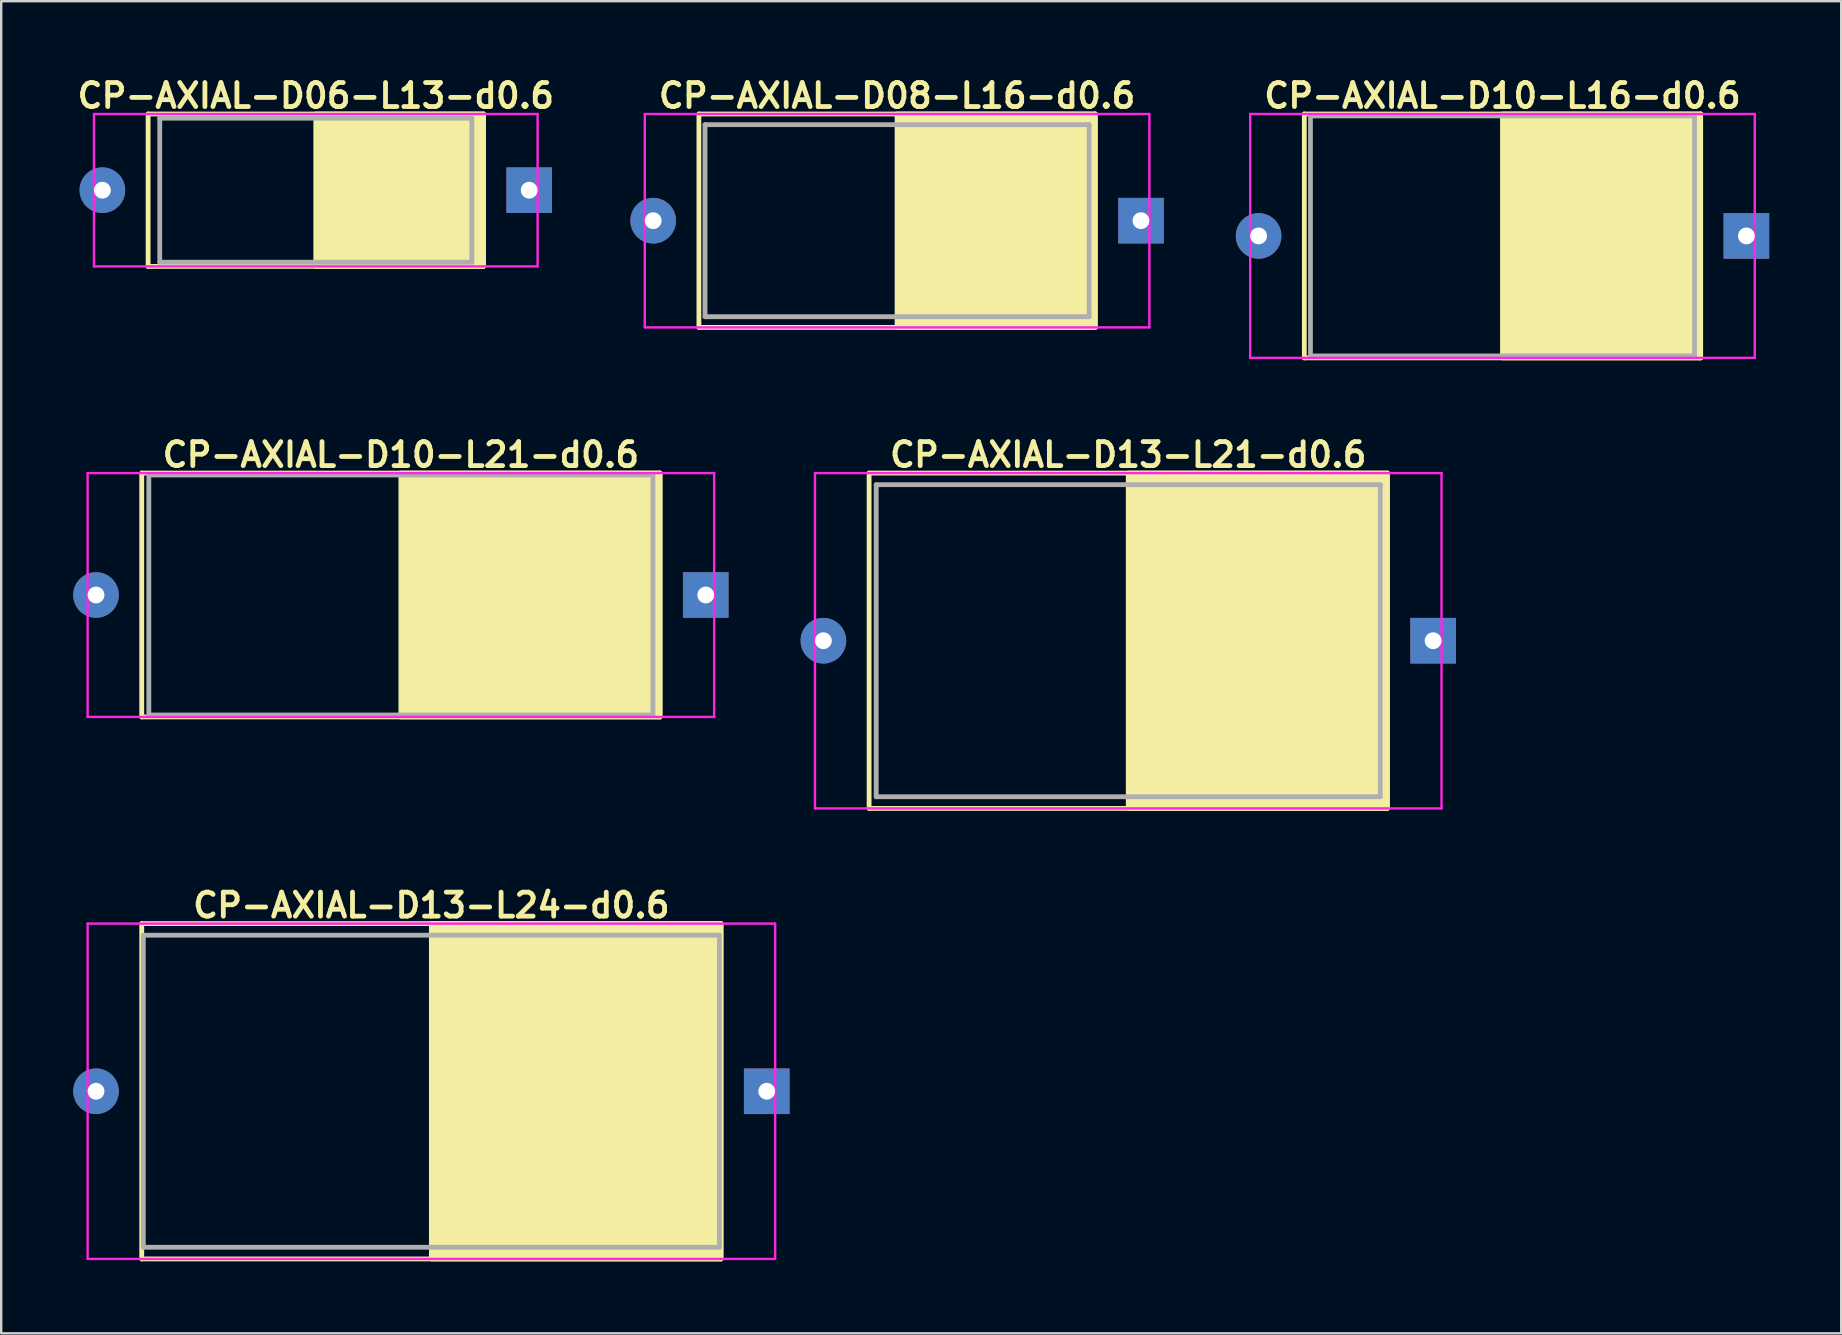
<source format=kicad_pcb>
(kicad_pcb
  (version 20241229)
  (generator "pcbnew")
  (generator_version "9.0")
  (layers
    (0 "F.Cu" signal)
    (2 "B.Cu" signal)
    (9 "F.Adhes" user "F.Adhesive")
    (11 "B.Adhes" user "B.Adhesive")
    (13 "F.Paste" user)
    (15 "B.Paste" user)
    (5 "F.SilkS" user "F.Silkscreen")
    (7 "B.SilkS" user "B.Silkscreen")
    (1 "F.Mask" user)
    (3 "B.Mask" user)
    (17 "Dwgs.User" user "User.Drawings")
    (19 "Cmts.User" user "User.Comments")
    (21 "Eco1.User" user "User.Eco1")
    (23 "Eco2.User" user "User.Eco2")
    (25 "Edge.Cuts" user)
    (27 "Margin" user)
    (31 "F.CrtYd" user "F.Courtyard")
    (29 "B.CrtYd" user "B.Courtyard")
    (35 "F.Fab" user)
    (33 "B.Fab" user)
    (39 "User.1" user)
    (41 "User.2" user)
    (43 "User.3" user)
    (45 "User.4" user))
  (footprint "CP-AXIAL-D06-L13-d0.6"
    (layer "F.Cu")
    (at 10.105 4.873)
    (property "Reference" "CP-AXIAL-D06-L13-d0.6" (at 0 -3.937 0) (layer "F.SilkS") (effects (font (size 1 1) (thickness 0.2))))
    (attr through_hole)
    (fp_line (start -6.985 -3.175) (end -6.985 3.175) (stroke (width 0.2) (type solid)) (layer "F.SilkS"))
    (fp_line (start -6.985 -3.175) (end 6.985 -3.175) (stroke (width 0.2) (type solid)) (layer "F.SilkS"))
    (fp_line (start -6.985 3.175) (end 6.985 3.175) (stroke (width 0.2) (type solid)) (layer "F.SilkS"))
    (fp_line (start 6.985 -3.175) (end 6.985 3.175) (stroke (width 0.2) (type solid)) (layer "F.SilkS"))
    (fp_poly (pts (xy 0 -3.175) (xy 6.985 -3.175) (xy 6.985 3.175) (xy 0 3.175)) (stroke (width 0.2) (type solid)) (fill yes) (layer "F.SilkS"))
    (fp_line (start -9.24 -3.175) (end -9.24 3.175) (stroke (width 0.1) (type solid)) (layer "F.CrtYd"))
    (fp_line (start -9.24 -3.175) (end 9.24 -3.175) (stroke (width 0.1) (type solid)) (layer "F.CrtYd"))
    (fp_line (start -9.24 3.175) (end 9.24 3.175) (stroke (width 0.1) (type solid)) (layer "F.CrtYd"))
    (fp_line (start 9.24 -3.175) (end 9.24 3.175) (stroke (width 0.1) (type solid)) (layer "F.CrtYd"))
    (fp_line (start -6.5 -3) (end -6.5 3) (stroke (width 0.2) (type solid)) (layer "F.Fab"))
    (fp_line (start -6.5 -3) (end 6.5 -3) (stroke (width 0.2) (type solid)) (layer "F.Fab"))
    (fp_line (start -6.5 3) (end 6.5 3) (stroke (width 0.2) (type solid)) (layer "F.Fab"))
    (fp_line (start 6.5 -3) (end 6.5 3) (stroke (width 0.2) (type solid)) (layer "F.Fab"))
    (pad "+" thru_hole circle (at -8.89 0) (size 1.9 1.9) (drill 0.7) (layers "B.Cu" "B.Mask"))
    (pad "-" thru_hole rect (at 8.89 0) (size 1.9 1.9) (drill 0.7) (layers "B.Cu" "B.Mask")))
  (footprint "CP-AXIAL-D10-L16-d0.6"
    (layer "F.Cu")
    (at 59.54 6.778)
    (property "Reference" "CP-AXIAL-D10-L16-d0.6" (at 0 -5.842 0) (layer "F.SilkS") (effects (font (size 1 1) (thickness 0.2))))
    (attr through_hole)
    (fp_line (start -8.255 -5.08) (end -8.255 5.08) (stroke (width 0.2) (type solid)) (layer "F.SilkS"))
    (fp_line (start -8.255 -5.08) (end 8.255 -5.08) (stroke (width 0.2) (type solid)) (layer "F.SilkS"))
    (fp_line (start -8.255 5.08) (end 8.255 5.08) (stroke (width 0.2) (type solid)) (layer "F.SilkS"))
    (fp_line (start 8.255 -5.08) (end 8.255 5.08) (stroke (width 0.2) (type solid)) (layer "F.SilkS"))
    (fp_poly (pts (xy 0 -5.08) (xy 8.255 -5.08) (xy 8.255 5.08) (xy 0 5.08)) (stroke (width 0.2) (type solid)) (fill yes) (layer "F.SilkS"))
    (fp_line (start -10.51 -5.08) (end -10.51 5.08) (stroke (width 0.1) (type solid)) (layer "F.CrtYd"))
    (fp_line (start -10.51 -5.08) (end 10.51 -5.08) (stroke (width 0.1) (type solid)) (layer "F.CrtYd"))
    (fp_line (start -10.51 5.08) (end 10.51 5.08) (stroke (width 0.1) (type solid)) (layer "F.CrtYd"))
    (fp_line (start 10.51 -5.08) (end 10.51 5.08) (stroke (width 0.1) (type solid)) (layer "F.CrtYd"))
    (fp_line (start -8 -5) (end -8 5) (stroke (width 0.2) (type solid)) (layer "F.Fab"))
    (fp_line (start -8 -5) (end 8 -5) (stroke (width 0.2) (type solid)) (layer "F.Fab"))
    (fp_line (start -8 5) (end 8 5) (stroke (width 0.2) (type solid)) (layer "F.Fab"))
    (fp_line (start 8 -5) (end 8 5) (stroke (width 0.2) (type solid)) (layer "F.Fab"))
    (pad "+" thru_hole circle (at -10.16 0) (size 1.9 1.9) (drill 0.7) (layers "B.Cu" "B.Mask"))
    (pad "-" thru_hole rect (at 10.16 0) (size 1.9 1.9) (drill 0.7) (layers "B.Cu" "B.Mask")))
  (footprint "CP-AXIAL-D13-L24-d0.6"
    (layer "F.Cu")
    (at 14.92 42.409)
    (property "Reference" "CP-AXIAL-D13-L24-d0.6" (at 0 -7.747 0) (layer "F.SilkS") (effects (font (size 1 1) (thickness 0.2))))
    (attr through_hole)
    (fp_line (start -12.065 -6.985) (end -12.065 6.985) (stroke (width 0.2) (type solid)) (layer "F.SilkS"))
    (fp_line (start -12.065 -6.985) (end 12.065 -6.985) (stroke (width 0.2) (type solid)) (layer "F.SilkS"))
    (fp_line (start -12.065 6.985) (end 12.065 6.985) (stroke (width 0.2) (type solid)) (layer "F.SilkS"))
    (fp_line (start 12.065 -6.985) (end 12.065 6.985) (stroke (width 0.2) (type solid)) (layer "F.SilkS"))
    (fp_poly (pts (xy 0 -6.985) (xy 12.065 -6.985) (xy 12.065 6.985) (xy 0 6.985)) (stroke (width 0.2) (type solid)) (fill yes) (layer "F.SilkS"))
    (fp_line (start -14.32 -6.985) (end -14.32 6.985) (stroke (width 0.1) (type solid)) (layer "F.CrtYd"))
    (fp_line (start -14.32 -6.985) (end 14.32 -6.985) (stroke (width 0.1) (type solid)) (layer "F.CrtYd"))
    (fp_line (start -14.32 6.985) (end 14.32 6.985) (stroke (width 0.1) (type solid)) (layer "F.CrtYd"))
    (fp_line (start 14.32 -6.985) (end 14.32 6.985) (stroke (width 0.1) (type solid)) (layer "F.CrtYd"))
    (fp_line (start -12 -6.5) (end -12 6.5) (stroke (width 0.2) (type solid)) (layer "F.Fab"))
    (fp_line (start -12 -6.5) (end 12 -6.5) (stroke (width 0.2) (type solid)) (layer "F.Fab"))
    (fp_line (start -12 6.5) (end 12 6.5) (stroke (width 0.2) (type solid)) (layer "F.Fab"))
    (fp_line (start 12 -6.5) (end 12 6.5) (stroke (width 0.2) (type solid)) (layer "F.Fab"))
    (pad "+" thru_hole circle (at -13.97 0) (size 1.9 1.9) (drill 0.7) (layers "B.Cu" "B.Mask"))
    (pad "-" thru_hole rect (at 13.97 0) (size 1.9 1.9) (drill 0.7) (layers "B.Cu" "B.Mask")))
  (footprint "CP-AXIAL-D13-L21-d0.6"
    (layer "F.Cu")
    (at 43.95 23.641)
    (property "Reference" "CP-AXIAL-D13-L21-d0.6" (at 0 -7.747 0) (layer "F.SilkS") (effects (font (size 1 1) (thickness 0.2))))
    (attr through_hole)
    (fp_line (start -10.795 -6.985) (end -10.795 6.985) (stroke (width 0.2) (type solid)) (layer "F.SilkS"))
    (fp_line (start -10.795 -6.985) (end 10.795 -6.985) (stroke (width 0.2) (type solid)) (layer "F.SilkS"))
    (fp_line (start -10.795 6.985) (end 10.795 6.985) (stroke (width 0.2) (type solid)) (layer "F.SilkS"))
    (fp_line (start 10.795 -6.985) (end 10.795 6.985) (stroke (width 0.2) (type solid)) (layer "F.SilkS"))
    (fp_poly (pts (xy 0 -6.985) (xy 10.795 -6.985) (xy 10.795 6.985) (xy 0 6.985)) (stroke (width 0.2) (type solid)) (fill yes) (layer "F.SilkS"))
    (fp_line (start -13.05 -6.985) (end -13.05 6.985) (stroke (width 0.1) (type solid)) (layer "F.CrtYd"))
    (fp_line (start -13.05 -6.985) (end 13.05 -6.985) (stroke (width 0.1) (type solid)) (layer "F.CrtYd"))
    (fp_line (start -13.05 6.985) (end 13.05 6.985) (stroke (width 0.1) (type solid)) (layer "F.CrtYd"))
    (fp_line (start 13.05 -6.985) (end 13.05 6.985) (stroke (width 0.1) (type solid)) (layer "F.CrtYd"))
    (fp_line (start -10.5 -6.5) (end -10.5 6.5) (stroke (width 0.2) (type solid)) (layer "F.Fab"))
    (fp_line (start -10.5 -6.5) (end 10.5 -6.5) (stroke (width 0.2) (type solid)) (layer "F.Fab"))
    (fp_line (start -10.5 6.5) (end 10.5 6.5) (stroke (width 0.2) (type solid)) (layer "F.Fab"))
    (fp_line (start 10.5 -6.5) (end 10.5 6.5) (stroke (width 0.2) (type solid)) (layer "F.Fab"))
    (pad "+" thru_hole circle (at -12.7 0) (size 1.9 1.9) (drill 0.7) (layers "B.Cu" "B.Mask"))
    (pad "-" thru_hole rect (at 12.7 0) (size 1.9 1.9) (drill 0.7) (layers "B.Cu" "B.Mask")))
  (footprint "CP-AXIAL-D08-L16-d0.6"
    (layer "F.Cu")
    (at 34.32 6.143)
    (property "Reference" "CP-AXIAL-D08-L16-d0.6" (at 0 -5.207 0) (layer "F.SilkS") (effects (font (size 1 1) (thickness 0.2))))
    (attr through_hole)
    (fp_line (start -8.255 -4.445) (end -8.255 4.445) (stroke (width 0.2) (type solid)) (layer "F.SilkS"))
    (fp_line (start -8.255 -4.445) (end 8.255 -4.445) (stroke (width 0.2) (type solid)) (layer "F.SilkS"))
    (fp_line (start -8.255 4.445) (end 8.255 4.445) (stroke (width 0.2) (type solid)) (layer "F.SilkS"))
    (fp_line (start 8.255 -4.445) (end 8.255 4.445) (stroke (width 0.2) (type solid)) (layer "F.SilkS"))
    (fp_poly (pts (xy 0 -4.445) (xy 8.255 -4.445) (xy 8.255 4.445) (xy 0 4.445)) (stroke (width 0.2) (type solid)) (fill yes) (layer "F.SilkS"))
    (fp_line (start -10.51 -4.445) (end -10.51 4.445) (stroke (width 0.1) (type solid)) (layer "F.CrtYd"))
    (fp_line (start -10.51 -4.445) (end 10.51 -4.445) (stroke (width 0.1) (type solid)) (layer "F.CrtYd"))
    (fp_line (start -10.51 4.445) (end 10.51 4.445) (stroke (width 0.1) (type solid)) (layer "F.CrtYd"))
    (fp_line (start 10.51 -4.445) (end 10.51 4.445) (stroke (width 0.1) (type solid)) (layer "F.CrtYd"))
    (fp_line (start -8 -4) (end -8 4) (stroke (width 0.2) (type solid)) (layer "F.Fab"))
    (fp_line (start -8 -4) (end 8 -4) (stroke (width 0.2) (type solid)) (layer "F.Fab"))
    (fp_line (start -8 4) (end 8 4) (stroke (width 0.2) (type solid)) (layer "F.Fab"))
    (fp_line (start 8 -4) (end 8 4) (stroke (width 0.2) (type solid)) (layer "F.Fab"))
    (pad "+" thru_hole circle (at -10.16 0) (size 1.9 1.9) (drill 0.7) (layers "B.Cu" "B.Mask"))
    (pad "-" thru_hole rect (at 10.16 0) (size 1.9 1.9) (drill 0.7) (layers "B.Cu" "B.Mask")))
  (footprint "CP-AXIAL-D10-L21-d0.6"
    (layer "F.Cu")
    (at 13.65 21.736)
    (property "Reference" "CP-AXIAL-D10-L21-d0.6" (at 0 -5.842 0) (layer "F.SilkS") (effects (font (size 1 1) (thickness 0.2))))
    (attr through_hole)
    (fp_line (start -10.795 -5.08) (end -10.795 5.08) (stroke (width 0.2) (type solid)) (layer "F.SilkS"))
    (fp_line (start -10.795 -5.08) (end 10.795 -5.08) (stroke (width 0.2) (type solid)) (layer "F.SilkS"))
    (fp_line (start -10.795 5.08) (end 10.795 5.08) (stroke (width 0.2) (type solid)) (layer "F.SilkS"))
    (fp_line (start 10.795 -5.08) (end 10.795 5.08) (stroke (width 0.2) (type solid)) (layer "F.SilkS"))
    (fp_poly (pts (xy 0 -5.08) (xy 10.795 -5.08) (xy 10.795 5.08) (xy 0 5.08)) (stroke (width 0.2) (type solid)) (fill yes) (layer "F.SilkS"))
    (fp_line (start -13.05 -5.08) (end -13.05 5.08) (stroke (width 0.1) (type solid)) (layer "F.CrtYd"))
    (fp_line (start -13.05 -5.08) (end 13.05 -5.08) (stroke (width 0.1) (type solid)) (layer "F.CrtYd"))
    (fp_line (start -13.05 5.08) (end 13.05 5.08) (stroke (width 0.1) (type solid)) (layer "F.CrtYd"))
    (fp_line (start 13.05 -5.08) (end 13.05 5.08) (stroke (width 0.1) (type solid)) (layer "F.CrtYd"))
    (fp_line (start -10.5 -5) (end -10.5 5) (stroke (width 0.2) (type solid)) (layer "F.Fab"))
    (fp_line (start -10.5 -5) (end 10.5 -5) (stroke (width 0.2) (type solid)) (layer "F.Fab"))
    (fp_line (start -10.5 5) (end 10.5 5) (stroke (width 0.2) (type solid)) (layer "F.Fab"))
    (fp_line (start 10.5 -5) (end 10.5 5) (stroke (width 0.2) (type solid)) (layer "F.Fab"))
    (pad "+" thru_hole circle (at -12.7 0) (size 1.9 1.9) (drill 0.7) (layers "B.Cu" "B.Mask"))
    (pad "-" thru_hole rect (at 12.7 0) (size 1.9 1.9) (drill 0.7) (layers "B.Cu" "B.Mask")))
  (gr_rect
    (start -3 -3)
    (end 73.65 52.494)
    (stroke (width 0.1) (type default))
    (fill no)
    (layer "Edge.Cuts")))
</source>
